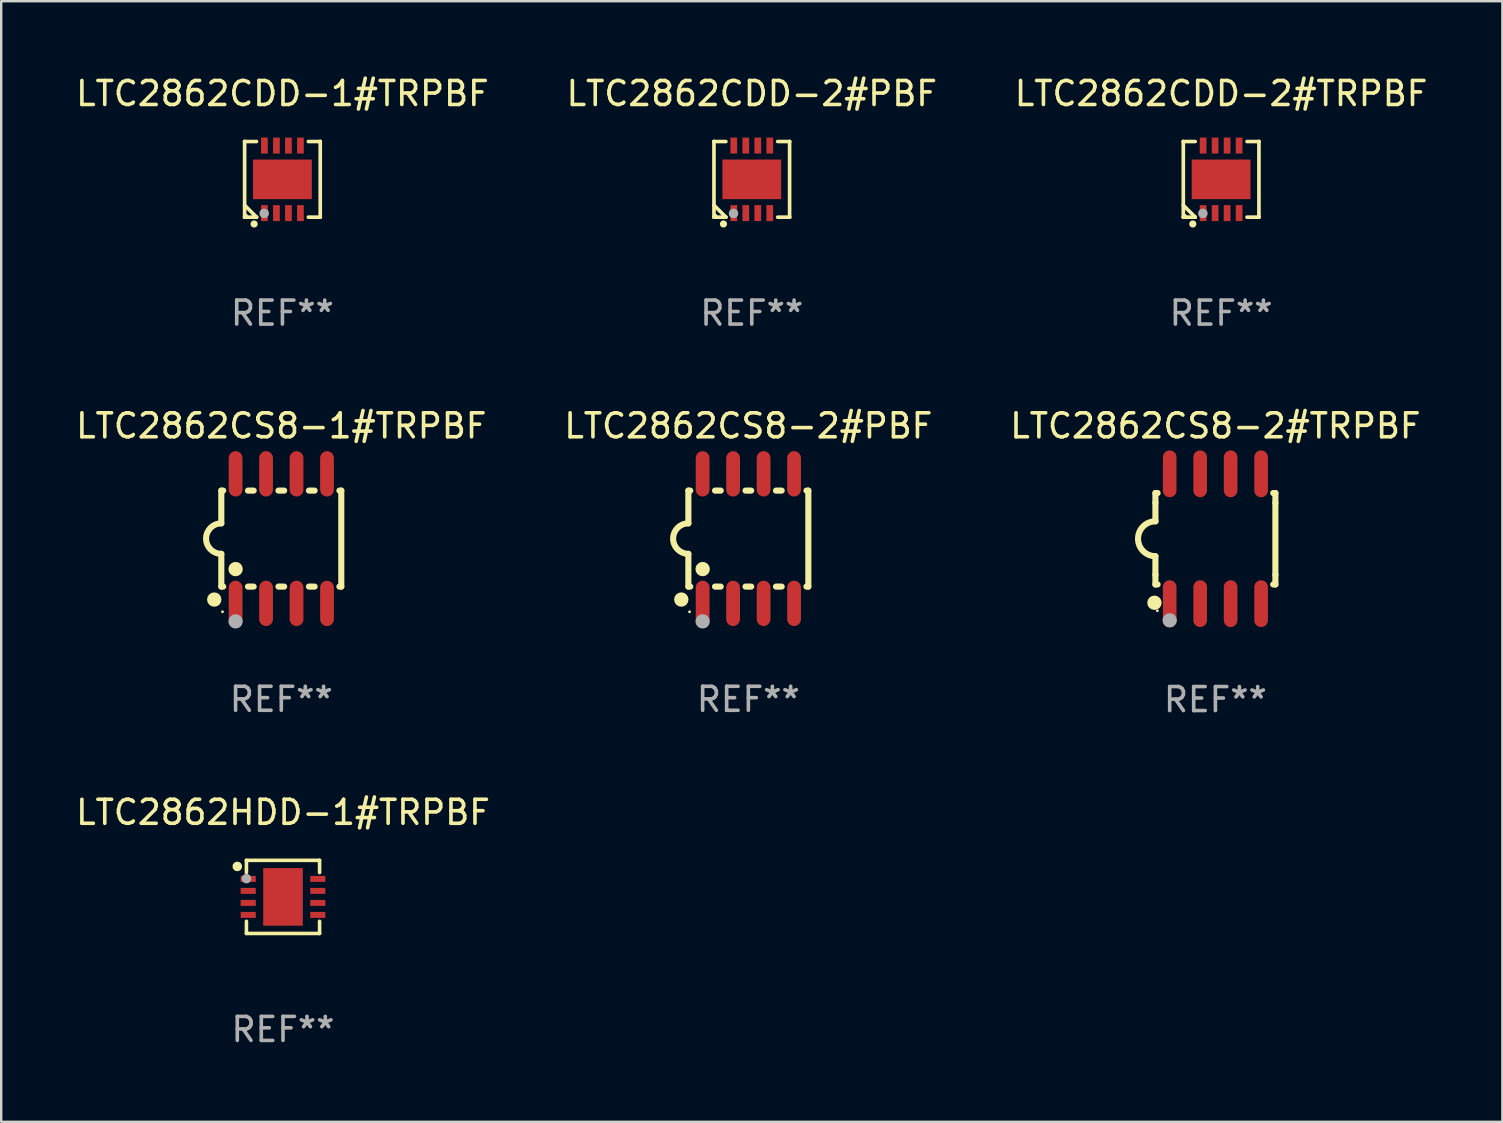
<source format=kicad_pcb>
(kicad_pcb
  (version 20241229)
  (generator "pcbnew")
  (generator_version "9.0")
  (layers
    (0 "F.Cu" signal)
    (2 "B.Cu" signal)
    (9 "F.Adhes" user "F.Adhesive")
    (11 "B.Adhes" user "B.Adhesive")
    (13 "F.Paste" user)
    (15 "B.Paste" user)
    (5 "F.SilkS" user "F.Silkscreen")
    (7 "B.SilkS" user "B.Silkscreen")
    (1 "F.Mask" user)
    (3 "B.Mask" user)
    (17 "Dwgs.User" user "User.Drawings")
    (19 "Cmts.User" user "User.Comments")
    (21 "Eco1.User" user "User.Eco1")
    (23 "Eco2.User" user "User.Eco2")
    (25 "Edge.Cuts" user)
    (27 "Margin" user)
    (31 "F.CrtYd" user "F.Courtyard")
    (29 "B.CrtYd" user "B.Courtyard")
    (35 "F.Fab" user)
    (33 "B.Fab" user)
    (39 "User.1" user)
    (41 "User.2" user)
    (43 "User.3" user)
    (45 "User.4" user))
  (footprint "LTC2862CS8-2#TRPBF"
    (layer "F.Cu")
    (at 47.601 19.402)
    (property "Reference" "LTC2862CS8-2#TRPBF" (at 0 -4.705 0) (layer "F.SilkS") (effects (font (size 1 1) (thickness 0.15))))
    (attr through_hole)
    (fp_line (start -2.5 -1.905) (end -2.409 -1.905) (stroke (width 0.254) (type solid)) (layer "F.SilkS"))
    (fp_line (start -2.5 -1.5) (end -2.5 -1.905) (stroke (width 0.254) (type solid)) (layer "F.SilkS"))
    (fp_line (start -2.5 -1.5) (end -2.5 -0.726) (stroke (width 0.254) (type solid)) (layer "F.SilkS"))
    (fp_line (start -2.5 1.5) (end -2.5 0.727) (stroke (width 0.254) (type solid)) (layer "F.SilkS"))
    (fp_line (start -2.5 1.5) (end -2.5 1.905) (stroke (width 0.254) (type solid)) (layer "F.SilkS"))
    (fp_line (start -2.5 1.905) (end -2.409 1.905) (stroke (width 0.254) (type solid)) (layer "F.SilkS"))
    (fp_line (start 2.5 -1.905) (end 2.409 -1.905) (stroke (width 0.254) (type solid)) (layer "F.SilkS"))
    (fp_line (start 2.5 -1.5) (end 2.5 -1.905) (stroke (width 0.254) (type solid)) (layer "F.SilkS"))
    (fp_line (start 2.5 -1.5) (end 2.5 1.5) (stroke (width 0.254) (type solid)) (layer "F.SilkS"))
    (fp_line (start 2.5 1.5) (end 2.5 1.905) (stroke (width 0.254) (type solid)) (layer "F.SilkS"))
    (fp_line (start 2.5 1.905) (end 2.409 1.905) (stroke (width 0.254) (type solid)) (layer "F.SilkS"))
    (fp_arc (start -2.5 0.726568) (mid -3.220316 -0.0023) (end -2.495097 -0.726289) (stroke (width 0.254001) (type solid)) (layer "F.SilkS"))
    (fp_circle (center -2.54 2.667) (end -2.39 2.667) (stroke (width 0.3) (type solid)) (fill no) (layer "F.SilkS"))
    (fp_circle (center -2.42 3) (end -2.39 3) (stroke (width 0.06) (type solid)) (fill no) (layer "F.SilkS"))
    (fp_circle (center -1.905 3.4) (end -1.755 3.4) (stroke (width 0.3) (type solid)) (fill no) (layer "F.Fab"))
    (fp_text user "REF**" (at 0 6.705 0) (layer "F.Fab") (effects (font (size 1 1) (thickness 0.15))))
    (pad "1" smd oval (at -1.905 2.705) (size 0.568 1.95) (layers "F.Cu" "F.Mask" "F.Paste"))
    (pad "2" smd oval (at -0.635 2.705) (size 0.568 1.95) (layers "F.Cu" "F.Mask" "F.Paste"))
    (pad "3" smd oval (at 0.635 2.705) (size 0.568 1.95) (layers "F.Cu" "F.Mask" "F.Paste"))
    (pad "4" smd oval (at 1.905 2.705) (size 0.568 1.95) (layers "F.Cu" "F.Mask" "F.Paste"))
    (pad "5" smd oval (at 1.905 -2.705) (size 0.568 1.95) (layers "F.Cu" "F.Mask" "F.Paste"))
    (pad "6" smd oval (at 0.635 -2.705) (size 0.568 1.95) (layers "F.Cu" "F.Mask" "F.Paste"))
    (pad "7" smd oval (at -0.635 -2.705) (size 0.568 1.95) (layers "F.Cu" "F.Mask" "F.Paste"))
    (pad "8" smd oval (at -1.905 -2.705) (size 0.568 1.95) (layers "F.Cu" "F.Mask" "F.Paste")))
  (footprint "LTC2862CDD-1#TRPBF"
    (layer "F.Cu")
    (at 8.72 4.424)
    (property "Reference" "LTC2862CDD-1#TRPBF" (at 0 -3.576 0) (layer "F.SilkS") (effects (font (size 1 1) (thickness 0.15))))
    (attr through_hole)
    (fp_line (start -1.576 -1.576) (end -1.576 -1.576) (stroke (width 0.152) (type solid)) (layer "F.SilkS"))
    (fp_line (start -1.576 -1.576) (end -1.08 -1.576) (stroke (width 0.152) (type solid)) (layer "F.SilkS"))
    (fp_line (start -1.576 1.576) (end -1.576 -1.576) (stroke (width 0.152) (type solid)) (layer "F.SilkS"))
    (fp_line (start -1.576 1.576) (end -1.576 1.576) (stroke (width 0.152) (type solid)) (layer "F.SilkS"))
    (fp_line (start -1.08 1.575) (end -1.576 1.079) (stroke (width 0.152) (type solid)) (layer "F.SilkS"))
    (fp_line (start -1.08 1.576) (end -1.576 1.576) (stroke (width 0.152) (type solid)) (layer "F.SilkS"))
    (fp_line (start -1.08 1.576) (end -1.08 1.575) (stroke (width 0.152) (type solid)) (layer "F.SilkS"))
    (fp_line (start 1.08 1.576) (end 1.576 1.576) (stroke (width 0.152) (type solid)) (layer "F.SilkS"))
    (fp_line (start 1.576 -1.576) (end 1.08 -1.576) (stroke (width 0.152) (type solid)) (layer "F.SilkS"))
    (fp_line (start 1.576 -1.576) (end 1.576 -1.576) (stroke (width 0.152) (type solid)) (layer "F.SilkS"))
    (fp_line (start 1.576 1.576) (end 1.576 -1.576) (stroke (width 0.152) (type solid)) (layer "F.SilkS"))
    (fp_line (start 1.576 1.576) (end 1.576 1.576) (stroke (width 0.152) (type solid)) (layer "F.SilkS"))
    (fp_circle (center -1.5 1.5) (end -1.47 1.5) (stroke (width 0.06) (type solid)) (fill no) (layer "F.SilkS"))
    (fp_circle (center -1.18 1.86) (end -1.105 1.86) (stroke (width 0.15) (type solid)) (fill no) (layer "F.SilkS"))
    (fp_circle (center -0.76 1.42) (end -0.66 1.42) (stroke (width 0.2) (type solid)) (fill no) (layer "F.Fab"))
    (fp_text user "REF**" (at 0 5.576 0) (layer "F.Fab") (effects (font (size 1 1) (thickness 0.15))))
    (pad "1" smd rect (at -0.75 1.407) (size 0.28 0.665) (layers "F.Cu" "F.Mask" "F.Paste"))
    (pad "2" smd rect (at -0.25 1.407) (size 0.28 0.665) (layers "F.Cu" "F.Mask" "F.Paste"))
    (pad "3" smd rect (at 0.25 1.407) (size 0.28 0.665) (layers "F.Cu" "F.Mask" "F.Paste"))
    (pad "4" smd rect (at 0.75 1.407) (size 0.28 0.665) (layers "F.Cu" "F.Mask" "F.Paste"))
    (pad "5" smd rect (at 0.75 -1.407) (size 0.28 0.665) (layers "F.Cu" "F.Mask" "F.Paste"))
    (pad "6" smd rect (at 0.25 -1.407) (size 0.28 0.665) (layers "F.Cu" "F.Mask" "F.Paste"))
    (pad "7" smd rect (at -0.25 -1.407) (size 0.28 0.665) (layers "F.Cu" "F.Mask" "F.Paste"))
    (pad "8" smd rect (at -0.75 -1.407) (size 0.28 0.665) (layers "F.Cu" "F.Mask" "F.Paste"))
    (pad "9" smd rect (at 0 0) (size 2.45 1.65) (layers "F.Cu" "F.Mask" "F.Paste")))
  (footprint "LTC2862CDD-2#TRPBF"
    (layer "F.Cu")
    (at 47.839 4.424)
    (property "Reference" "LTC2862CDD-2#TRPBF" (at 0 -3.576 0) (layer "F.SilkS") (effects (font (size 1 1) (thickness 0.15))))
    (attr through_hole)
    (fp_line (start -1.576 -1.576) (end -1.576 -1.576) (stroke (width 0.152) (type solid)) (layer "F.SilkS"))
    (fp_line (start -1.576 -1.576) (end -1.08 -1.576) (stroke (width 0.152) (type solid)) (layer "F.SilkS"))
    (fp_line (start -1.576 1.576) (end -1.576 -1.576) (stroke (width 0.152) (type solid)) (layer "F.SilkS"))
    (fp_line (start -1.576 1.576) (end -1.576 1.576) (stroke (width 0.152) (type solid)) (layer "F.SilkS"))
    (fp_line (start -1.08 1.575) (end -1.576 1.079) (stroke (width 0.152) (type solid)) (layer "F.SilkS"))
    (fp_line (start -1.08 1.576) (end -1.576 1.576) (stroke (width 0.152) (type solid)) (layer "F.SilkS"))
    (fp_line (start -1.08 1.576) (end -1.08 1.575) (stroke (width 0.152) (type solid)) (layer "F.SilkS"))
    (fp_line (start 1.08 1.576) (end 1.576 1.576) (stroke (width 0.152) (type solid)) (layer "F.SilkS"))
    (fp_line (start 1.576 -1.576) (end 1.08 -1.576) (stroke (width 0.152) (type solid)) (layer "F.SilkS"))
    (fp_line (start 1.576 -1.576) (end 1.576 -1.576) (stroke (width 0.152) (type solid)) (layer "F.SilkS"))
    (fp_line (start 1.576 1.576) (end 1.576 -1.576) (stroke (width 0.152) (type solid)) (layer "F.SilkS"))
    (fp_line (start 1.576 1.576) (end 1.576 1.576) (stroke (width 0.152) (type solid)) (layer "F.SilkS"))
    (fp_circle (center -1.5 1.5) (end -1.47 1.5) (stroke (width 0.06) (type solid)) (fill no) (layer "F.SilkS"))
    (fp_circle (center -1.18 1.86) (end -1.105 1.86) (stroke (width 0.15) (type solid)) (fill no) (layer "F.SilkS"))
    (fp_circle (center -0.76 1.42) (end -0.66 1.42) (stroke (width 0.2) (type solid)) (fill no) (layer "F.Fab"))
    (fp_text user "REF**" (at 0 5.576 0) (layer "F.Fab") (effects (font (size 1 1) (thickness 0.15))))
    (pad "1" smd rect (at -0.75 1.407) (size 0.28 0.665) (layers "F.Cu" "F.Mask" "F.Paste"))
    (pad "2" smd rect (at -0.25 1.407) (size 0.28 0.665) (layers "F.Cu" "F.Mask" "F.Paste"))
    (pad "3" smd rect (at 0.25 1.407) (size 0.28 0.665) (layers "F.Cu" "F.Mask" "F.Paste"))
    (pad "4" smd rect (at 0.75 1.407) (size 0.28 0.665) (layers "F.Cu" "F.Mask" "F.Paste"))
    (pad "5" smd rect (at 0.75 -1.407) (size 0.28 0.665) (layers "F.Cu" "F.Mask" "F.Paste"))
    (pad "6" smd rect (at 0.25 -1.407) (size 0.28 0.665) (layers "F.Cu" "F.Mask" "F.Paste"))
    (pad "7" smd rect (at -0.25 -1.407) (size 0.28 0.665) (layers "F.Cu" "F.Mask" "F.Paste"))
    (pad "8" smd rect (at -0.75 -1.407) (size 0.28 0.665) (layers "F.Cu" "F.Mask" "F.Paste"))
    (pad "9" smd rect (at 0 0) (size 2.45 1.65) (layers "F.Cu" "F.Mask" "F.Paste")))
  (footprint "LTC2862CS8-1#TRPBF"
    (layer "F.Cu")
    (at 8.673 19.396)
    (property "Reference" "LTC2862CS8-1#TRPBF" (at 0 -4.699 0) (layer "F.SilkS") (effects (font (size 1 1) (thickness 0.15))))
    (attr through_hole)
    (fp_line (start -2.5 -2) (end -2.5 -0.635) (stroke (width 0.254) (type solid)) (layer "F.SilkS"))
    (fp_line (start -2.5 -2) (end -2.421 -2) (stroke (width 0.254) (type solid)) (layer "F.SilkS"))
    (fp_line (start -2.5 2) (end -2.5 0.635) (stroke (width 0.254) (type solid)) (layer "F.SilkS"))
    (fp_line (start -2.5 2) (end -2.421 2) (stroke (width 0.254) (type solid)) (layer "F.SilkS"))
    (fp_line (start -1.389 -2) (end -1.151 -2) (stroke (width 0.254) (type solid)) (layer "F.SilkS"))
    (fp_line (start -1.389 2) (end -1.151 2) (stroke (width 0.254) (type solid)) (layer "F.SilkS"))
    (fp_line (start -0.119 -2) (end 0.119 -2) (stroke (width 0.254) (type solid)) (layer "F.SilkS"))
    (fp_line (start -0.119 2) (end 0.119 2) (stroke (width 0.254) (type solid)) (layer "F.SilkS"))
    (fp_line (start 1.151 -2) (end 1.389 -2) (stroke (width 0.254) (type solid)) (layer "F.SilkS"))
    (fp_line (start 1.151 2) (end 1.389 2) (stroke (width 0.254) (type solid)) (layer "F.SilkS"))
    (fp_line (start 2.421 -2) (end 2.5 -2) (stroke (width 0.254) (type solid)) (layer "F.SilkS"))
    (fp_line (start 2.421 2) (end 2.5 2) (stroke (width 0.254) (type solid)) (layer "F.SilkS"))
    (fp_line (start 2.5 -2) (end 2.5 2) (stroke (width 0.254) (type solid)) (layer "F.SilkS"))
    (fp_arc (start -2.5 0.635001) (mid -3.134366 -0.000318) (end -2.499365 -0.635001) (stroke (width 0.254001) (type solid)) (layer "F.SilkS"))
    (fp_circle (center -2.794 2.54) (end -2.644 2.54) (stroke (width 0.3) (type solid)) (fill no) (layer "F.SilkS"))
    (fp_circle (center -2.45 3.05) (end -2.42 3.05) (stroke (width 0.06) (type solid)) (fill no) (layer "F.SilkS"))
    (fp_circle (center -1.905 1.27) (end -1.755 1.27) (stroke (width 0.3) (type solid)) (fill no) (layer "F.SilkS"))
    (fp_circle (center -1.905 3.45) (end -1.755 3.45) (stroke (width 0.3) (type solid)) (fill no) (layer "F.Fab"))
    (fp_text user "REF**" (at 0 6.699 0) (layer "F.Fab") (effects (font (size 1 1) (thickness 0.15))))
    (pad "1" smd oval (at -1.905 2.699) (size 0.574 1.888) (layers "F.Cu" "F.Mask" "F.Paste"))
    (pad "2" smd oval (at -0.635 2.699) (size 0.574 1.888) (layers "F.Cu" "F.Mask" "F.Paste"))
    (pad "3" smd oval (at 0.635 2.699) (size 0.574 1.888) (layers "F.Cu" "F.Mask" "F.Paste"))
    (pad "4" smd oval (at 1.905 2.699) (size 0.574 1.888) (layers "F.Cu" "F.Mask" "F.Paste"))
    (pad "5" smd oval (at 1.905 -2.699) (size 0.574 1.888) (layers "F.Cu" "F.Mask" "F.Paste"))
    (pad "6" smd oval (at 0.635 -2.699) (size 0.574 1.888) (layers "F.Cu" "F.Mask" "F.Paste"))
    (pad "7" smd oval (at -0.635 -2.699) (size 0.574 1.888) (layers "F.Cu" "F.Mask" "F.Paste"))
    (pad "8" smd oval (at -1.905 -2.699) (size 0.574 1.888) (layers "F.Cu" "F.Mask" "F.Paste")))
  (footprint "LTC2862CS8-2#PBF"
    (layer "F.Cu")
    (at 28.137 19.396)
    (property "Reference" "LTC2862CS8-2#PBF" (at 0 -4.699 0) (layer "F.SilkS") (effects (font (size 1 1) (thickness 0.15))))
    (attr through_hole)
    (fp_line (start -2.5 -2) (end -2.5 -0.635) (stroke (width 0.254) (type solid)) (layer "F.SilkS"))
    (fp_line (start -2.5 -2) (end -2.421 -2) (stroke (width 0.254) (type solid)) (layer "F.SilkS"))
    (fp_line (start -2.5 2) (end -2.5 0.635) (stroke (width 0.254) (type solid)) (layer "F.SilkS"))
    (fp_line (start -2.5 2) (end -2.421 2) (stroke (width 0.254) (type solid)) (layer "F.SilkS"))
    (fp_line (start -1.389 -2) (end -1.151 -2) (stroke (width 0.254) (type solid)) (layer "F.SilkS"))
    (fp_line (start -1.389 2) (end -1.151 2) (stroke (width 0.254) (type solid)) (layer "F.SilkS"))
    (fp_line (start -0.119 -2) (end 0.119 -2) (stroke (width 0.254) (type solid)) (layer "F.SilkS"))
    (fp_line (start -0.119 2) (end 0.119 2) (stroke (width 0.254) (type solid)) (layer "F.SilkS"))
    (fp_line (start 1.151 -2) (end 1.389 -2) (stroke (width 0.254) (type solid)) (layer "F.SilkS"))
    (fp_line (start 1.151 2) (end 1.389 2) (stroke (width 0.254) (type solid)) (layer "F.SilkS"))
    (fp_line (start 2.421 -2) (end 2.5 -2) (stroke (width 0.254) (type solid)) (layer "F.SilkS"))
    (fp_line (start 2.421 2) (end 2.5 2) (stroke (width 0.254) (type solid)) (layer "F.SilkS"))
    (fp_line (start 2.5 -2) (end 2.5 2) (stroke (width 0.254) (type solid)) (layer "F.SilkS"))
    (fp_arc (start -2.5 0.635001) (mid -3.134366 -0.000318) (end -2.499365 -0.635001) (stroke (width 0.254001) (type solid)) (layer "F.SilkS"))
    (fp_circle (center -2.794 2.54) (end -2.644 2.54) (stroke (width 0.3) (type solid)) (fill no) (layer "F.SilkS"))
    (fp_circle (center -2.45 3.05) (end -2.42 3.05) (stroke (width 0.06) (type solid)) (fill no) (layer "F.SilkS"))
    (fp_circle (center -1.905 1.27) (end -1.755 1.27) (stroke (width 0.3) (type solid)) (fill no) (layer "F.SilkS"))
    (fp_circle (center -1.905 3.45) (end -1.755 3.45) (stroke (width 0.3) (type solid)) (fill no) (layer "F.Fab"))
    (fp_text user "REF**" (at 0 6.699 0) (layer "F.Fab") (effects (font (size 1 1) (thickness 0.15))))
    (pad "1" smd oval (at -1.905 2.699) (size 0.574 1.888) (layers "F.Cu" "F.Mask" "F.Paste"))
    (pad "2" smd oval (at -0.635 2.699) (size 0.574 1.888) (layers "F.Cu" "F.Mask" "F.Paste"))
    (pad "3" smd oval (at 0.635 2.699) (size 0.574 1.888) (layers "F.Cu" "F.Mask" "F.Paste"))
    (pad "4" smd oval (at 1.905 2.699) (size 0.574 1.888) (layers "F.Cu" "F.Mask" "F.Paste"))
    (pad "5" smd oval (at 1.905 -2.699) (size 0.574 1.888) (layers "F.Cu" "F.Mask" "F.Paste"))
    (pad "6" smd oval (at 0.635 -2.699) (size 0.574 1.888) (layers "F.Cu" "F.Mask" "F.Paste"))
    (pad "7" smd oval (at -0.635 -2.699) (size 0.574 1.888) (layers "F.Cu" "F.Mask" "F.Paste"))
    (pad "8" smd oval (at -1.905 -2.699) (size 0.574 1.888) (layers "F.Cu" "F.Mask" "F.Paste")))
  (footprint "LTC2862HDD-1#TRPBF"
    (layer "F.Cu")
    (at 8.744 34.328)
    (property "Reference" "LTC2862HDD-1#TRPBF" (at 0 -3.524 0) (layer "F.SilkS") (effects (font (size 1 1) (thickness 0.15))))
    (attr through_hole)
    (fp_line (start -1.524 -1.524) (end 1.524 -1.524) (stroke (width 0.15) (type solid)) (layer "F.SilkS"))
    (fp_line (start -1.524 -1.016) (end -1.524 -1.524) (stroke (width 0.15) (type solid)) (layer "F.SilkS"))
    (fp_line (start -1.524 1.016) (end -1.524 1.524) (stroke (width 0.15) (type solid)) (layer "F.SilkS"))
    (fp_line (start -1.524 1.524) (end 1.524 1.524) (stroke (width 0.15) (type solid)) (layer "F.SilkS"))
    (fp_line (start 1.524 -1.524) (end 1.524 -1.016) (stroke (width 0.15) (type solid)) (layer "F.SilkS"))
    (fp_line (start 1.524 1.524) (end 1.524 1.016) (stroke (width 0.15) (type solid)) (layer "F.SilkS"))
    (fp_circle (center -1.905 -1.27) (end -1.805 -1.27) (stroke (width 0.2) (type solid)) (fill no) (layer "F.SilkS"))
    (fp_circle (center -1.5 -1.5) (end -1.47 -1.5) (stroke (width 0.06) (type solid)) (fill no) (layer "F.SilkS"))
    (fp_circle (center -1.524 -0.762) (end -1.424 -0.762) (stroke (width 0.2) (type solid)) (fill no) (layer "F.Fab"))
    (fp_text user "REF**" (at 0 5.524 0) (layer "F.Fab") (effects (font (size 1 1) (thickness 0.15))))
    (pad "1" smd rect (at -1.45 -0.75) (size 0.63 0.25) (layers "F.Cu" "F.Mask" "F.Paste"))
    (pad "2" smd rect (at -1.45 -0.25) (size 0.63 0.25) (layers "F.Cu" "F.Mask" "F.Paste"))
    (pad "3" smd rect (at -1.45 0.25) (size 0.63 0.25) (layers "F.Cu" "F.Mask" "F.Paste"))
    (pad "4" smd rect (at -1.45 0.75) (size 0.63 0.25) (layers "F.Cu" "F.Mask" "F.Paste"))
    (pad "5" smd rect (at 1.45 0.75) (size 0.63 0.25) (layers "F.Cu" "F.Mask" "F.Paste"))
    (pad "6" smd rect (at 1.45 0.25) (size 0.63 0.25) (layers "F.Cu" "F.Mask" "F.Paste"))
    (pad "7" smd rect (at 1.45 -0.25) (size 0.63 0.25) (layers "F.Cu" "F.Mask" "F.Paste"))
    (pad "8" smd rect (at 1.45 -0.75) (size 0.63 0.25) (layers "F.Cu" "F.Mask" "F.Paste"))
    (pad "9" smd rect (at -0.000025 0.000127) (size 1.65 2.4) (layers "F.Cu" "F.Mask" "F.Paste")))
  (footprint "LTC2862CDD-2#PBF"
    (layer "F.Cu")
    (at 28.28 4.424)
    (property "Reference" "LTC2862CDD-2#PBF" (at 0 -3.576 0) (layer "F.SilkS") (effects (font (size 1 1) (thickness 0.15))))
    (attr through_hole)
    (fp_line (start -1.576 -1.576) (end -1.576 -1.576) (stroke (width 0.152) (type solid)) (layer "F.SilkS"))
    (fp_line (start -1.576 -1.576) (end -1.08 -1.576) (stroke (width 0.152) (type solid)) (layer "F.SilkS"))
    (fp_line (start -1.576 1.576) (end -1.576 -1.576) (stroke (width 0.152) (type solid)) (layer "F.SilkS"))
    (fp_line (start -1.576 1.576) (end -1.576 1.576) (stroke (width 0.152) (type solid)) (layer "F.SilkS"))
    (fp_line (start -1.08 1.575) (end -1.576 1.079) (stroke (width 0.152) (type solid)) (layer "F.SilkS"))
    (fp_line (start -1.08 1.576) (end -1.576 1.576) (stroke (width 0.152) (type solid)) (layer "F.SilkS"))
    (fp_line (start -1.08 1.576) (end -1.08 1.575) (stroke (width 0.152) (type solid)) (layer "F.SilkS"))
    (fp_line (start 1.08 1.576) (end 1.576 1.576) (stroke (width 0.152) (type solid)) (layer "F.SilkS"))
    (fp_line (start 1.576 -1.576) (end 1.08 -1.576) (stroke (width 0.152) (type solid)) (layer "F.SilkS"))
    (fp_line (start 1.576 -1.576) (end 1.576 -1.576) (stroke (width 0.152) (type solid)) (layer "F.SilkS"))
    (fp_line (start 1.576 1.576) (end 1.576 -1.576) (stroke (width 0.152) (type solid)) (layer "F.SilkS"))
    (fp_line (start 1.576 1.576) (end 1.576 1.576) (stroke (width 0.152) (type solid)) (layer "F.SilkS"))
    (fp_circle (center -1.5 1.5) (end -1.47 1.5) (stroke (width 0.06) (type solid)) (fill no) (layer "F.SilkS"))
    (fp_circle (center -1.18 1.86) (end -1.105 1.86) (stroke (width 0.15) (type solid)) (fill no) (layer "F.SilkS"))
    (fp_circle (center -0.76 1.42) (end -0.66 1.42) (stroke (width 0.2) (type solid)) (fill no) (layer "F.Fab"))
    (fp_text user "REF**" (at 0 5.576 0) (layer "F.Fab") (effects (font (size 1 1) (thickness 0.15))))
    (pad "1" smd rect (at -0.75 1.407) (size 0.28 0.665) (layers "F.Cu" "F.Mask" "F.Paste"))
    (pad "2" smd rect (at -0.25 1.407) (size 0.28 0.665) (layers "F.Cu" "F.Mask" "F.Paste"))
    (pad "3" smd rect (at 0.25 1.407) (size 0.28 0.665) (layers "F.Cu" "F.Mask" "F.Paste"))
    (pad "4" smd rect (at 0.75 1.407) (size 0.28 0.665) (layers "F.Cu" "F.Mask" "F.Paste"))
    (pad "5" smd rect (at 0.75 -1.407) (size 0.28 0.665) (layers "F.Cu" "F.Mask" "F.Paste"))
    (pad "6" smd rect (at 0.25 -1.407) (size 0.28 0.665) (layers "F.Cu" "F.Mask" "F.Paste"))
    (pad "7" smd rect (at -0.25 -1.407) (size 0.28 0.665) (layers "F.Cu" "F.Mask" "F.Paste"))
    (pad "8" smd rect (at -0.75 -1.407) (size 0.28 0.665) (layers "F.Cu" "F.Mask" "F.Paste"))
    (pad "9" smd rect (at 0 0) (size 2.45 1.65) (layers "F.Cu" "F.Mask" "F.Paste")))
  (gr_rect
    (start -3 -3)
    (end 59.56 43.7)
    (stroke (width 0.1) (type default))
    (fill no)
    (layer "Edge.Cuts")))
</source>
